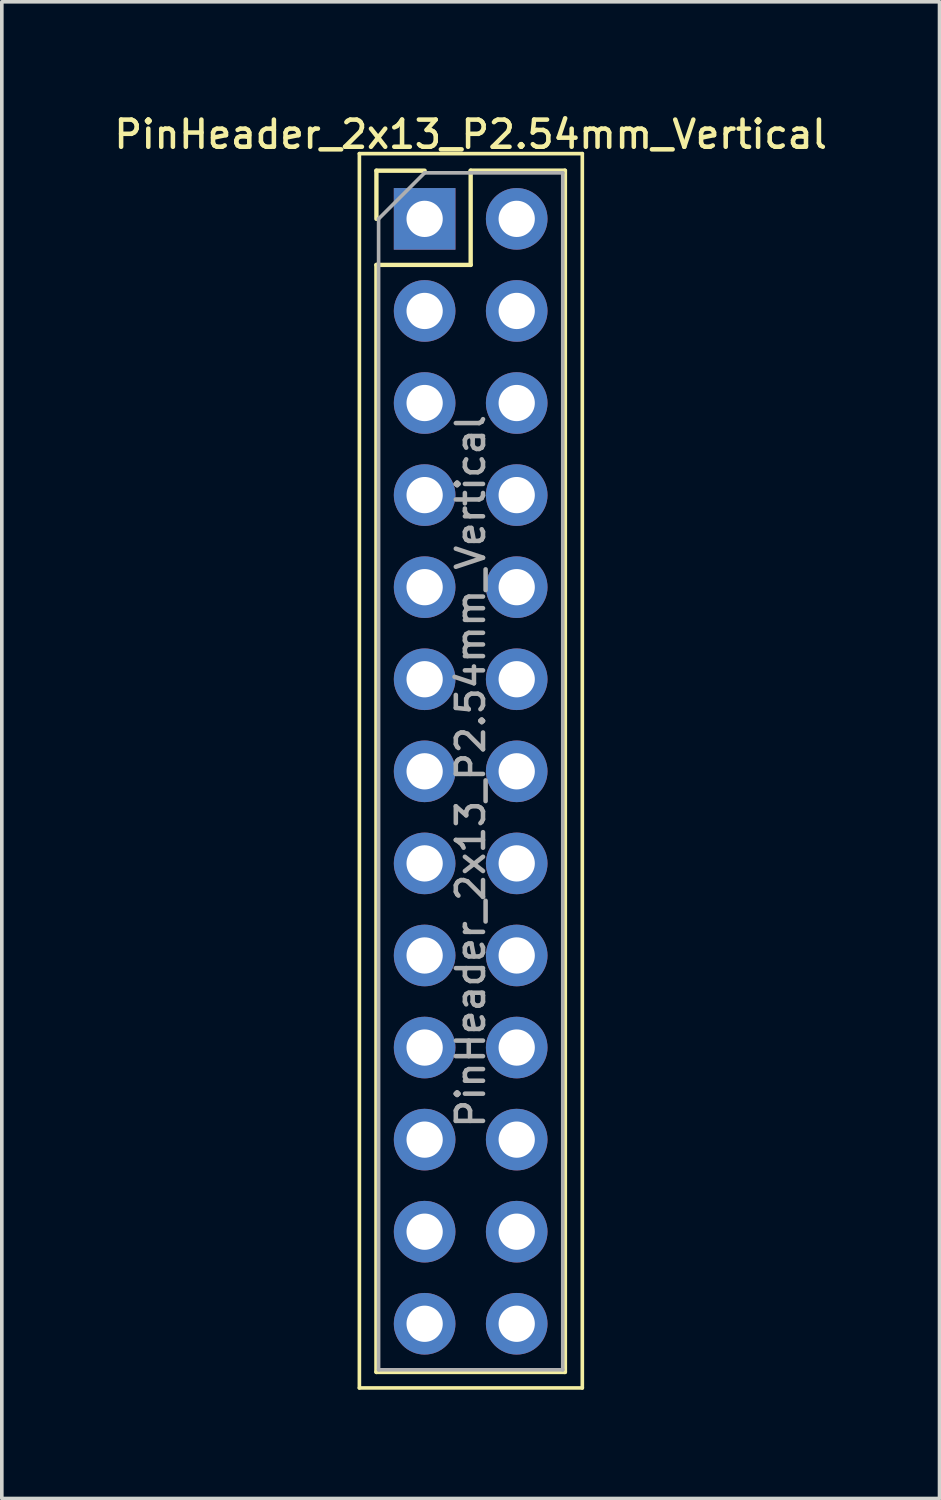
<source format=kicad_pcb>
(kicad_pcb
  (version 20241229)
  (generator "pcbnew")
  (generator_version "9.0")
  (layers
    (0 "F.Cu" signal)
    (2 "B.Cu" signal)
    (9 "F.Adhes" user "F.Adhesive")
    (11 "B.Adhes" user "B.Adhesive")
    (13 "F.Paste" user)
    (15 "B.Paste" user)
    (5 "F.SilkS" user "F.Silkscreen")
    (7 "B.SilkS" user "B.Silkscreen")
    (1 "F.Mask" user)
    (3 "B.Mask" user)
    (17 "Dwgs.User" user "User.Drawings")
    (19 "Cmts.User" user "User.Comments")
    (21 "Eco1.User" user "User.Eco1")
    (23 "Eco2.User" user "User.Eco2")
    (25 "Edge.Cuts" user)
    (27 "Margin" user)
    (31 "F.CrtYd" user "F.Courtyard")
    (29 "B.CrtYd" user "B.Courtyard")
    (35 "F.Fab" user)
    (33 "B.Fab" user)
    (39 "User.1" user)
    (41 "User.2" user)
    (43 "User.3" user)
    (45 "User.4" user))
  (footprint "PinHeader_2x13_P2.54mm_Vertical"
    (layer "F.Cu")
    (at 8.664 2.988)
    (property "Reference" "PinHeader_2x13_P2.54mm_Vertical" (at 1.27 -2.33 0) (layer "F.SilkS") (effects (font (size 0.75 0.75) (thickness 0.125))))
    (attr through_hole)
    (fp_line (start -1.8 -1.8) (end -1.8 32.25) (stroke (width 0.1) (type solid)) (layer "F.SilkS"))
    (fp_line (start -1.8 32.25) (end 4.35 32.25) (stroke (width 0.1) (type solid)) (layer "F.SilkS"))
    (fp_line (start -1.33 -1.33) (end 0 -1.33) (stroke (width 0.12) (type solid)) (layer "F.SilkS"))
    (fp_line (start -1.33 0) (end -1.33 -1.33) (stroke (width 0.12) (type solid)) (layer "F.SilkS"))
    (fp_line (start -1.33 1.27) (end -1.33 31.81) (stroke (width 0.12) (type solid)) (layer "F.SilkS"))
    (fp_line (start -1.33 1.27) (end 1.27 1.27) (stroke (width 0.12) (type solid)) (layer "F.SilkS"))
    (fp_line (start -1.33 31.81) (end 3.87 31.81) (stroke (width 0.12) (type solid)) (layer "F.SilkS"))
    (fp_line (start 1.27 -1.33) (end 3.87 -1.33) (stroke (width 0.12) (type solid)) (layer "F.SilkS"))
    (fp_line (start 1.27 1.27) (end 1.27 -1.33) (stroke (width 0.12) (type solid)) (layer "F.SilkS"))
    (fp_line (start 3.87 -1.33) (end 3.87 31.81) (stroke (width 0.12) (type solid)) (layer "F.SilkS"))
    (fp_line (start 4.35 -1.8) (end -1.8 -1.8) (stroke (width 0.1) (type solid)) (layer "F.SilkS"))
    (fp_line (start 4.35 32.25) (end 4.35 -1.8) (stroke (width 0.1) (type solid)) (layer "F.SilkS"))
    (fp_line (start -1.27 0) (end 0 -1.27) (stroke (width 0.1) (type solid)) (layer "F.Fab"))
    (fp_line (start -1.27 31.75) (end -1.27 0) (stroke (width 0.1) (type solid)) (layer "F.Fab"))
    (fp_line (start 0 -1.27) (end 3.81 -1.27) (stroke (width 0.1) (type solid)) (layer "F.Fab"))
    (fp_line (start 3.81 -1.27) (end 3.81 31.75) (stroke (width 0.1) (type solid)) (layer "F.Fab"))
    (fp_line (start 3.81 31.75) (end -1.27 31.75) (stroke (width 0.1) (type solid)) (layer "F.Fab"))
    (fp_text user "${REFERENCE}" (at 1.27 15.24 90) (layer "F.Fab") (effects (font (size 0.75 0.75) (thickness 0.125))))
    (pad "1" thru_hole rect (at 0 0) (size 1.7 1.7) (drill 1) (layers "*.Cu" "*.Mask"))
    (pad "2" thru_hole oval (at 2.54 0) (size 1.7 1.7) (drill 1) (layers "*.Cu" "*.Mask"))
    (pad "3" thru_hole oval (at 0 2.54) (size 1.7 1.7) (drill 1) (layers "*.Cu" "*.Mask"))
    (pad "4" thru_hole oval (at 2.54 2.54) (size 1.7 1.7) (drill 1) (layers "*.Cu" "*.Mask"))
    (pad "5" thru_hole oval (at 0 5.08) (size 1.7 1.7) (drill 1) (layers "*.Cu" "*.Mask"))
    (pad "6" thru_hole oval (at 2.54 5.08) (size 1.7 1.7) (drill 1) (layers "*.Cu" "*.Mask"))
    (pad "7" thru_hole oval (at 0 7.62) (size 1.7 1.7) (drill 1) (layers "*.Cu" "*.Mask"))
    (pad "8" thru_hole oval (at 2.54 7.62) (size 1.7 1.7) (drill 1) (layers "*.Cu" "*.Mask"))
    (pad "9" thru_hole oval (at 0 10.16) (size 1.7 1.7) (drill 1) (layers "*.Cu" "*.Mask"))
    (pad "10" thru_hole oval (at 2.54 10.16) (size 1.7 1.7) (drill 1) (layers "*.Cu" "*.Mask"))
    (pad "11" thru_hole oval (at 0 12.7) (size 1.7 1.7) (drill 1) (layers "*.Cu" "*.Mask"))
    (pad "12" thru_hole oval (at 2.54 12.7) (size 1.7 1.7) (drill 1) (layers "*.Cu" "*.Mask"))
    (pad "13" thru_hole oval (at 0 15.24) (size 1.7 1.7) (drill 1) (layers "*.Cu" "*.Mask"))
    (pad "14" thru_hole oval (at 2.54 15.24) (size 1.7 1.7) (drill 1) (layers "*.Cu" "*.Mask"))
    (pad "15" thru_hole oval (at 0 17.78) (size 1.7 1.7) (drill 1) (layers "*.Cu" "*.Mask"))
    (pad "16" thru_hole oval (at 2.54 17.78) (size 1.7 1.7) (drill 1) (layers "*.Cu" "*.Mask"))
    (pad "17" thru_hole oval (at 0 20.32) (size 1.7 1.7) (drill 1) (layers "*.Cu" "*.Mask"))
    (pad "18" thru_hole oval (at 2.54 20.32) (size 1.7 1.7) (drill 1) (layers "*.Cu" "*.Mask"))
    (pad "19" thru_hole oval (at 0 22.86) (size 1.7 1.7) (drill 1) (layers "*.Cu" "*.Mask"))
    (pad "20" thru_hole oval (at 2.54 22.86) (size 1.7 1.7) (drill 1) (layers "*.Cu" "*.Mask"))
    (pad "21" thru_hole oval (at 0 25.4) (size 1.7 1.7) (drill 1) (layers "*.Cu" "*.Mask"))
    (pad "22" thru_hole oval (at 2.54 25.4) (size 1.7 1.7) (drill 1) (layers "*.Cu" "*.Mask"))
    (pad "23" thru_hole oval (at 0 27.94) (size 1.7 1.7) (drill 1) (layers "*.Cu" "*.Mask"))
    (pad "24" thru_hole oval (at 2.54 27.94) (size 1.7 1.7) (drill 1) (layers "*.Cu" "*.Mask"))
    (pad "25" thru_hole oval (at 0 30.48) (size 1.7 1.7) (drill 1) (layers "*.Cu" "*.Mask"))
    (pad "26" thru_hole oval (at 2.54 30.48) (size 1.7 1.7) (drill 1) (layers "*.Cu" "*.Mask")))
  (gr_rect
    (start -3 -3)
    (end 22.868 38.288)
    (stroke (width 0.1) (type default))
    (fill no)
    (layer "Edge.Cuts")))
</source>
